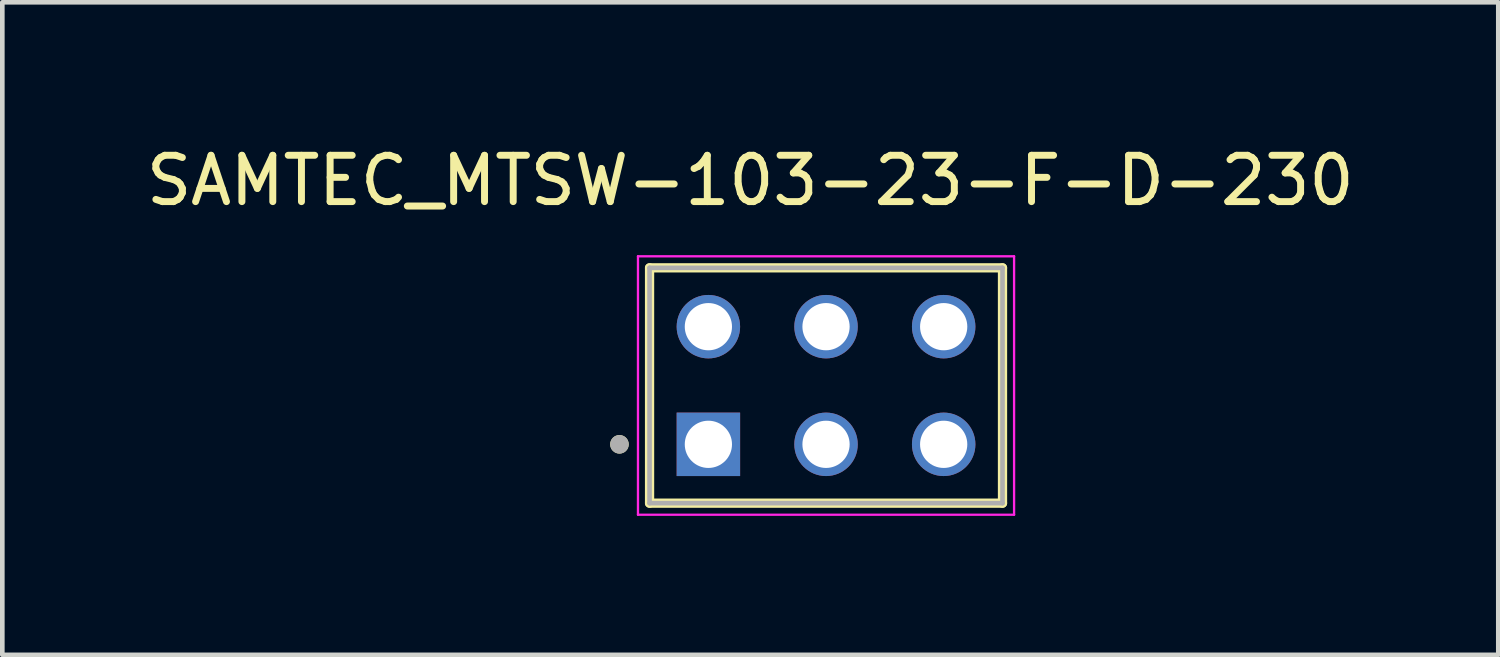
<source format=kicad_pcb>
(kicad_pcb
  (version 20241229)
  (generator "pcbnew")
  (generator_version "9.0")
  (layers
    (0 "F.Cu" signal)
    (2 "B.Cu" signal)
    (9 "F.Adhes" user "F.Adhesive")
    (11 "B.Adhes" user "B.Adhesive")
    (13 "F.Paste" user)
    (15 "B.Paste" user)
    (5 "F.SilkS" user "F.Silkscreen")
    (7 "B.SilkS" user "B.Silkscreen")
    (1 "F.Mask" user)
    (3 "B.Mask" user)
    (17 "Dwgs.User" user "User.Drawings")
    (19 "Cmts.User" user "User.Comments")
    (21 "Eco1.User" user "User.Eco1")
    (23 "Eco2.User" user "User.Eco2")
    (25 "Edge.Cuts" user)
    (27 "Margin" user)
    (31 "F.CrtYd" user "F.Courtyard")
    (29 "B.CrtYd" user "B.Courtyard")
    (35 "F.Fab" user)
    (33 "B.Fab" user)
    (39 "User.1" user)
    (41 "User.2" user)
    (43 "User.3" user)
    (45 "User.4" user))
  (footprint "SAMTEC_MTSW-103-23-F-D-230"
    (layer "F.Cu")
    (at 12.244 6.543)
    (property "Reference" "SAMTEC_MTSW-103-23-F-D-230" (at 0.905 -5.695 0) (layer "F.SilkS") (effects (font (size 1 1) (thickness 0.15))))
    (attr through_hole)
    (fp_line (start -1.27 1.27) (end -1.27 -3.81) (stroke (width 0.2) (type solid)) (layer "F.SilkS"))
    (fp_line (start 6.35 -3.81) (end -1.27 -3.81) (stroke (width 0.2) (type solid)) (layer "F.SilkS"))
    (fp_line (start 6.35 -3.81) (end 6.35 1.27) (stroke (width 0.2) (type solid)) (layer "F.SilkS"))
    (fp_line (start 6.35 1.27) (end -1.27 1.27) (stroke (width 0.2) (type solid)) (layer "F.SilkS"))
    (fp_circle (center -1.92 0) (end -1.82 0) (stroke (width 0.2) (type solid)) (fill no) (layer "F.SilkS"))
    (fp_line (start -1.52 -4.06) (end 6.6 -4.06) (stroke (width 0.05) (type solid)) (layer "F.CrtYd"))
    (fp_line (start -1.52 1.52) (end -1.52 -4.06) (stroke (width 0.05) (type solid)) (layer "F.CrtYd"))
    (fp_line (start 6.6 -4.06) (end 6.6 1.52) (stroke (width 0.05) (type solid)) (layer "F.CrtYd"))
    (fp_line (start 6.6 1.52) (end -1.52 1.52) (stroke (width 0.05) (type solid)) (layer "F.CrtYd"))
    (fp_line (start -1.27 -3.81) (end 6.35 -3.81) (stroke (width 0.1) (type solid)) (layer "F.Fab"))
    (fp_line (start -1.27 1.27) (end -1.27 -3.81) (stroke (width 0.1) (type solid)) (layer "F.Fab"))
    (fp_line (start 6.35 -3.81) (end 6.35 1.27) (stroke (width 0.1) (type solid)) (layer "F.Fab"))
    (fp_line (start 6.35 1.27) (end -1.27 1.27) (stroke (width 0.1) (type solid)) (layer "F.Fab"))
    (fp_circle (center -1.92 0) (end -1.82 0) (stroke (width 0.2) (type solid)) (fill no) (layer "F.Fab"))
    (pad "01" thru_hole rect (at 0 0) (size 1.37 1.37) (drill 1.02) (layers "*.Cu" "*.Mask"))
    (pad "02" thru_hole circle (at 0 -2.54) (size 1.37 1.37) (drill 1.02) (layers "*.Cu" "*.Mask"))
    (pad "03" thru_hole circle (at 2.54 0) (size 1.37 1.37) (drill 1.02) (layers "*.Cu" "*.Mask"))
    (pad "04" thru_hole circle (at 2.54 -2.54) (size 1.37 1.37) (drill 1.02) (layers "*.Cu" "*.Mask"))
    (pad "05" thru_hole circle (at 5.08 0) (size 1.37 1.37) (drill 1.02) (layers "*.Cu" "*.Mask"))
    (pad "06" thru_hole circle (at 5.08 -2.54) (size 1.37 1.37) (drill 1.02) (layers "*.Cu" "*.Mask")))
  (gr_rect
    (start -3 -3)
    (end 29.298 11.088)
    (stroke (width 0.1) (type default))
    (fill no)
    (layer "Edge.Cuts")))
</source>
